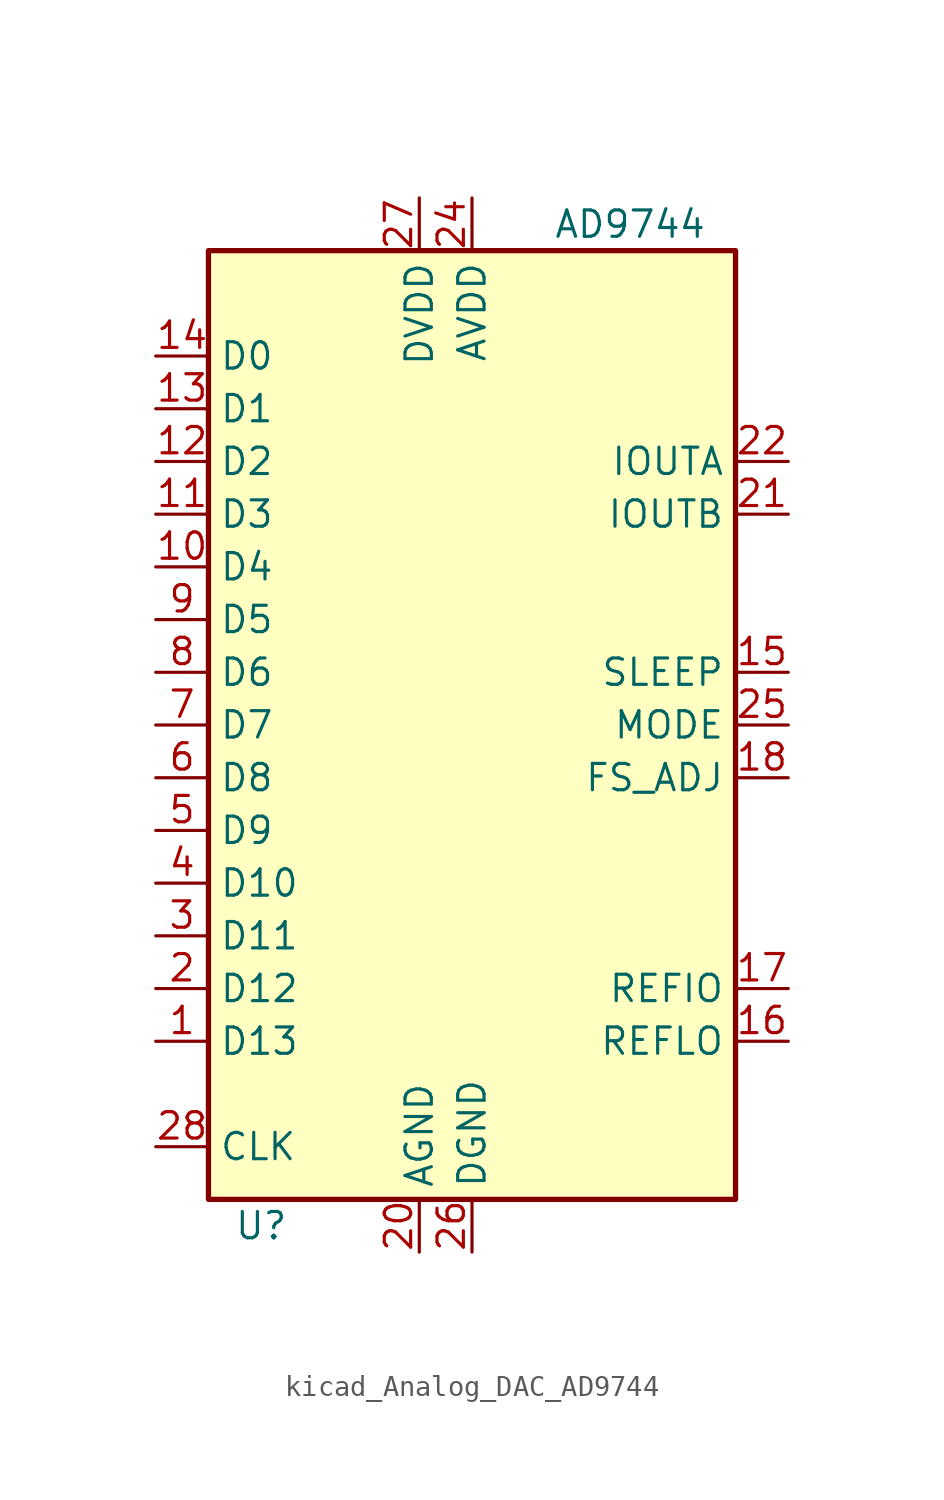
<source format=kicad_sym>
(kicad_symbol_lib
  (version 20220914)
  (generator kicad_symbol_editor)
  (symbol "kicad_Analog_DAC_AD9744"
    (property "Reference" "U"
      (at -10.16 -24.13 0)
      (effects (font (size 1.27 1.27))))
    (property "Value" "AD9744"
      (at 7.62 24.13 0)
      (effects (font (size 1.27 1.27))))
    (symbol "kicad_Analog_DAC_AD9744_0_1"
      (rectangle (start 12.7 22.86) (end -12.7 -22.86) (stroke (width 0.254) (type default)) (fill (type background))))
    (symbol "kicad_Analog_DAC_AD9744_1_1"
      (pin input line (at -15.24 -15.24 0) (length 2.54) (name "D13" (effects (font (size 1.27 1.27)))) (number "1" (effects (font (size 1.27 1.27)))))
      (pin input line (at -15.24 7.62 0) (length 2.54) (name "D4" (effects (font (size 1.27 1.27)))) (number "10" (effects (font (size 1.27 1.27)))))
      (pin input line (at -15.24 10.16 0) (length 2.54) (name "D3" (effects (font (size 1.27 1.27)))) (number "11" (effects (font (size 1.27 1.27)))))
      (pin input line (at -15.24 12.7 0) (length 2.54) (name "D2" (effects (font (size 1.27 1.27)))) (number "12" (effects (font (size 1.27 1.27)))))
      (pin input line (at -15.24 15.24 0) (length 2.54) (name "D1" (effects (font (size 1.27 1.27)))) (number "13" (effects (font (size 1.27 1.27)))))
      (pin input line (at -15.24 17.78 0) (length 2.54) (name "D0" (effects (font (size 1.27 1.27)))) (number "14" (effects (font (size 1.27 1.27)))))
      (pin input line (at 15.24 2.54 180) (length 2.54) (name "SLEEP" (effects (font (size 1.27 1.27)))) (number "15" (effects (font (size 1.27 1.27)))))
      (pin input line (at 15.24 -15.24 180) (length 2.54) (name "REFLO" (effects (font (size 1.27 1.27)))) (number "16" (effects (font (size 1.27 1.27)))))
      (pin input line (at 15.24 -12.7 180) (length 2.54) (name "REFIO" (effects (font (size 1.27 1.27)))) (number "17" (effects (font (size 1.27 1.27)))))
      (pin input line (at 15.24 -2.54 180) (length 2.54) (name "FS_ADJ" (effects (font (size 1.27 1.27)))) (number "18" (effects (font (size 1.27 1.27)))))
      (pin input line (at -15.24 -12.7 0) (length 2.54) (name "D12" (effects (font (size 1.27 1.27)))) (number "2" (effects (font (size 1.27 1.27)))))
      (pin power_in line (at -2.54 -25.4 90) (length 2.54) (name "AGND" (effects (font (size 1.27 1.27)))) (number "20" (effects (font (size 1.27 1.27)))))
      (pin output line (at 15.24 10.16 180) (length 2.54) (name "IOUTB" (effects (font (size 1.27 1.27)))) (number "21" (effects (font (size 1.27 1.27)))))
      (pin output line (at 15.24 12.7 180) (length 2.54) (name "IOUTA" (effects (font (size 1.27 1.27)))) (number "22" (effects (font (size 1.27 1.27)))))
      (pin power_in line (at 0 25.4 270) (length 2.54) (name "AVDD" (effects (font (size 1.27 1.27)))) (number "24" (effects (font (size 1.27 1.27)))))
      (pin input line (at 15.24 0 180) (length 2.54) (name "MODE" (effects (font (size 1.27 1.27)))) (number "25" (effects (font (size 1.27 1.27)))))
      (pin power_in line (at 0 -25.4 90) (length 2.54) (name "DGND" (effects (font (size 1.27 1.27)))) (number "26" (effects (font (size 1.27 1.27)))))
      (pin power_in line (at -2.54 25.4 270) (length 2.54) (name "DVDD" (effects (font (size 1.27 1.27)))) (number "27" (effects (font (size 1.27 1.27)))))
      (pin input line (at -15.24 -20.32 0) (length 2.54) (name "CLK" (effects (font (size 1.27 1.27)))) (number "28" (effects (font (size 1.27 1.27)))))
      (pin input line (at -15.24 -10.16 0) (length 2.54) (name "D11" (effects (font (size 1.27 1.27)))) (number "3" (effects (font (size 1.27 1.27)))))
      (pin input line (at -15.24 -7.62 0) (length 2.54) (name "D10" (effects (font (size 1.27 1.27)))) (number "4" (effects (font (size 1.27 1.27)))))
      (pin input line (at -15.24 -5.08 0) (length 2.54) (name "D9" (effects (font (size 1.27 1.27)))) (number "5" (effects (font (size 1.27 1.27)))))
      (pin input line (at -15.24 -2.54 0) (length 2.54) (name "D8" (effects (font (size 1.27 1.27)))) (number "6" (effects (font (size 1.27 1.27)))))
      (pin input line (at -15.24 0 0) (length 2.54) (name "D7" (effects (font (size 1.27 1.27)))) (number "7" (effects (font (size 1.27 1.27)))))
      (pin input line (at -15.24 2.54 0) (length 2.54) (name "D6" (effects (font (size 1.27 1.27)))) (number "8" (effects (font (size 1.27 1.27)))))
      (pin input line (at -15.24 5.08 0) (length 2.54) (name "D5" (effects (font (size 1.27 1.27)))) (number "9" (effects (font (size 1.27 1.27))))))))
</source>
